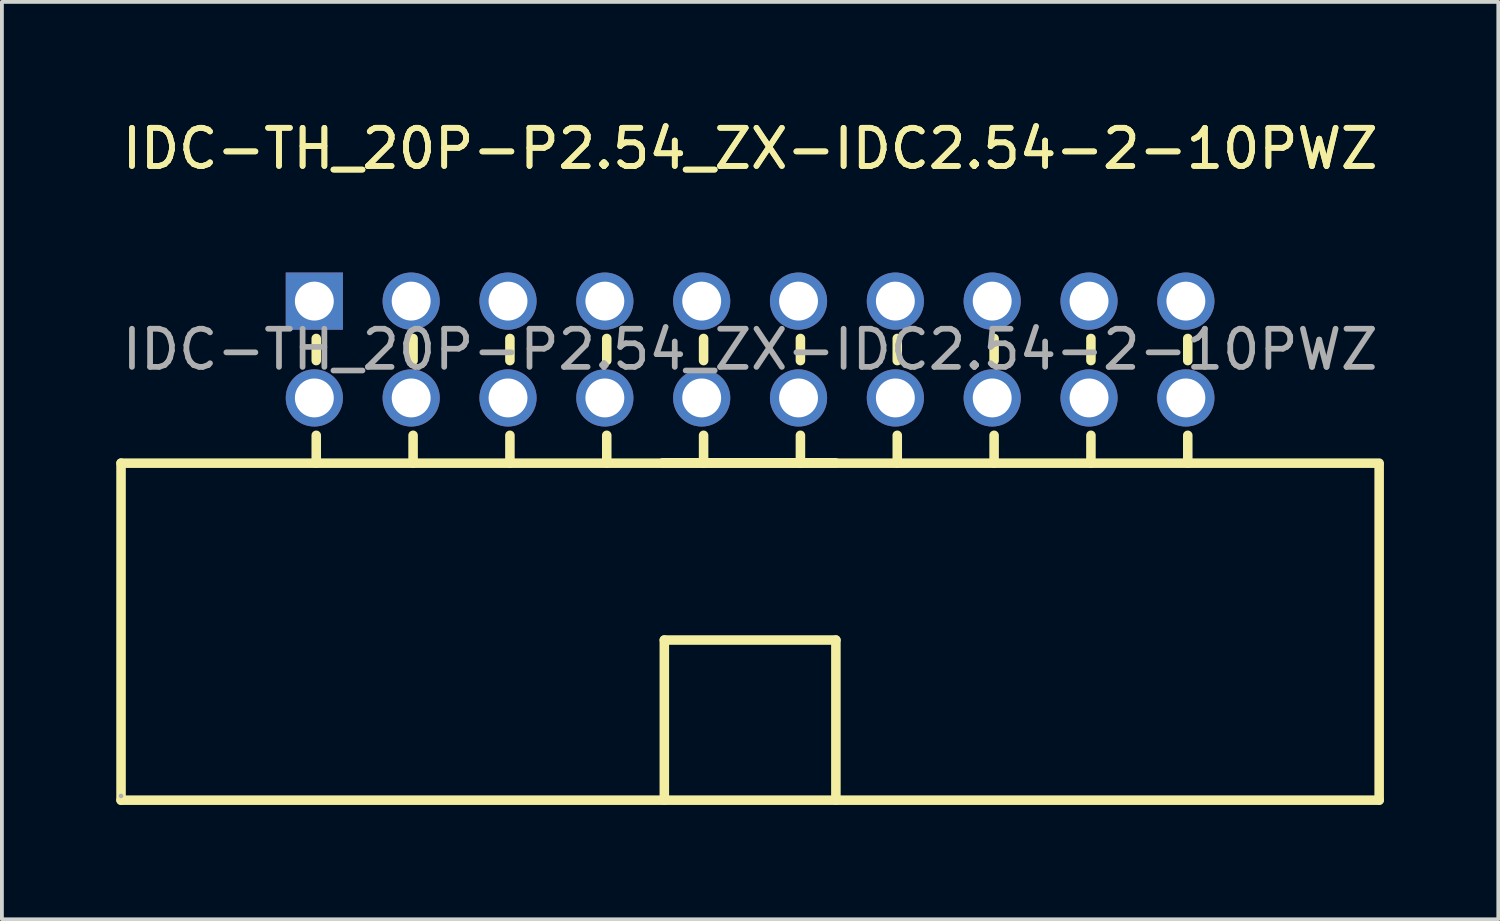
<source format=kicad_pcb>
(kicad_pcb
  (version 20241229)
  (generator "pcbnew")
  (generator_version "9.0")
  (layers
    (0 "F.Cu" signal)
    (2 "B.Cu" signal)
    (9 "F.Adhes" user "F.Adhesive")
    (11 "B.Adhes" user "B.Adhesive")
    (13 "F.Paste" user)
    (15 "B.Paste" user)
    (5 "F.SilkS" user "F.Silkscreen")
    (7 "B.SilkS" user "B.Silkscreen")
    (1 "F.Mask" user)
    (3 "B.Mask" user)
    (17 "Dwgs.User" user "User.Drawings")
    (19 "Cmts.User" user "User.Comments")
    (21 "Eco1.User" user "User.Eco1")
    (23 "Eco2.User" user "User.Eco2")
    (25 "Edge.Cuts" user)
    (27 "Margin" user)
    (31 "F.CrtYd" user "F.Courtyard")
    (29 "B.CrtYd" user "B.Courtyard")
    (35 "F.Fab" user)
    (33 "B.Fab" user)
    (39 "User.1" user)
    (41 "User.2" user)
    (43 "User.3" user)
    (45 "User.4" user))
  (footprint "IDC-TH_20P-P2.54_ZX-IDC2.54-2-10PWZ"
    (layer "F.Cu")
    (at 16.625 6.118)
    (property "Reference" "IDC-TH_20P-P2.54_ZX-IDC2.54-2-10PWZ" (at 0 -5.27 0) (layer "F.SilkS") (effects (font (size 1 1) (thickness 0.15))))
    (attr through_hole)
    (fp_line (start -16.5 2.98) (end 16.5 2.98) (stroke (width 0.25) (type solid)) (layer "F.SilkS"))
    (fp_line (start -16.5 11.82) (end -16.5 2.98) (stroke (width 0.25) (type solid)) (layer "F.SilkS"))
    (fp_line (start -11.38 -0.29) (end -11.38 0.29) (stroke (width 0.25) (type solid)) (layer "F.SilkS"))
    (fp_line (start -11.38 2.98) (end -11.38 2.25) (stroke (width 0.25) (type solid)) (layer "F.SilkS"))
    (fp_line (start -8.84 -0.29) (end -8.84 0.29) (stroke (width 0.25) (type solid)) (layer "F.SilkS"))
    (fp_line (start -8.84 2.98) (end -8.84 2.25) (stroke (width 0.25) (type solid)) (layer "F.SilkS"))
    (fp_line (start -6.3 -0.29) (end -6.3 0.29) (stroke (width 0.25) (type solid)) (layer "F.SilkS"))
    (fp_line (start -6.3 2.98) (end -6.3 2.25) (stroke (width 0.25) (type solid)) (layer "F.SilkS"))
    (fp_line (start -3.76 -0.29) (end -3.76 0.29) (stroke (width 0.25) (type solid)) (layer "F.SilkS"))
    (fp_line (start -3.76 2.98) (end -3.76 2.25) (stroke (width 0.25) (type solid)) (layer "F.SilkS"))
    (fp_line (start -2.29 2.97) (end 2.24 2.97) (stroke (width 0.25) (type solid)) (layer "F.SilkS"))
    (fp_line (start -2.25 7.62) (end -2.25 11.82) (stroke (width 0.25) (type solid)) (layer "F.SilkS"))
    (fp_line (start -2.25 7.62) (end 2.25 7.62) (stroke (width 0.25) (type solid)) (layer "F.SilkS"))
    (fp_line (start -1.22 -0.29) (end -1.22 0.29) (stroke (width 0.25) (type solid)) (layer "F.SilkS"))
    (fp_line (start -1.22 2.98) (end -1.22 2.25) (stroke (width 0.25) (type solid)) (layer "F.SilkS"))
    (fp_line (start 1.32 -0.29) (end 1.32 0.29) (stroke (width 0.25) (type solid)) (layer "F.SilkS"))
    (fp_line (start 1.32 2.98) (end 1.32 2.25) (stroke (width 0.25) (type solid)) (layer "F.SilkS"))
    (fp_line (start 2.25 7.62) (end 2.25 11.82) (stroke (width 0.25) (type solid)) (layer "F.SilkS"))
    (fp_line (start 3.86 -0.29) (end 3.86 0.29) (stroke (width 0.25) (type solid)) (layer "F.SilkS"))
    (fp_line (start 3.86 2.98) (end 3.86 2.25) (stroke (width 0.25) (type solid)) (layer "F.SilkS"))
    (fp_line (start 6.4 -0.29) (end 6.4 0.29) (stroke (width 0.25) (type solid)) (layer "F.SilkS"))
    (fp_line (start 6.4 2.98) (end 6.4 2.25) (stroke (width 0.25) (type solid)) (layer "F.SilkS"))
    (fp_line (start 8.94 -0.29) (end 8.94 0.29) (stroke (width 0.25) (type solid)) (layer "F.SilkS"))
    (fp_line (start 8.94 2.98) (end 8.94 2.25) (stroke (width 0.25) (type solid)) (layer "F.SilkS"))
    (fp_line (start 11.48 -0.29) (end 11.48 0.29) (stroke (width 0.25) (type solid)) (layer "F.SilkS"))
    (fp_line (start 11.48 2.98) (end 11.48 2.25) (stroke (width 0.25) (type solid)) (layer "F.SilkS"))
    (fp_line (start 16.5 3.02) (end 16.5 11.82) (stroke (width 0.25) (type solid)) (layer "F.SilkS"))
    (fp_line (start 16.5 11.82) (end -16.5 11.82) (stroke (width 0.25) (type solid)) (layer "F.SilkS"))
    (fp_circle (center -16.5 11.71) (end -16.47 11.71) (stroke (width 0.06) (type solid)) (fill no) (layer "F.Fab"))
    (fp_text user "${REFERENCE}" (at 0 -5.27 0) (layer "F.SilkS") (effects (font (size 1 1) (thickness 0.15))))
    (fp_text user "${REFERENCE}" (at 0 0 0) (layer "F.Fab") (effects (font (size 1 1) (thickness 0.15))))
    (pad "1" thru_hole rect (at -11.43 -1.27) (size 1.5 1.5) (drill 1.02) (layers "*.Cu" "*.Mask"))
    (pad "2" thru_hole circle (at -11.43 1.27) (size 1.5 1.5) (drill 1.02) (layers "*.Cu" "*.Mask"))
    (pad "3" thru_hole circle (at -8.89 -1.27) (size 1.5 1.5) (drill 1.02) (layers "*.Cu" "*.Mask"))
    (pad "4" thru_hole circle (at -8.89 1.27) (size 1.5 1.5) (drill 1.02) (layers "*.Cu" "*.Mask"))
    (pad "5" thru_hole circle (at -6.35 -1.27) (size 1.5 1.5) (drill 1.02) (layers "*.Cu" "*.Mask"))
    (pad "6" thru_hole circle (at -6.35 1.27) (size 1.5 1.5) (drill 1.02) (layers "*.Cu" "*.Mask"))
    (pad "7" thru_hole circle (at -3.81 -1.27) (size 1.5 1.5) (drill 1.02) (layers "*.Cu" "*.Mask"))
    (pad "8" thru_hole circle (at -3.81 1.27) (size 1.5 1.5) (drill 1.02) (layers "*.Cu" "*.Mask"))
    (pad "9" thru_hole circle (at -1.27 -1.27) (size 1.5 1.5) (drill 1.02) (layers "*.Cu" "*.Mask"))
    (pad "10" thru_hole circle (at -1.27 1.27) (size 1.5 1.5) (drill 1.02) (layers "*.Cu" "*.Mask"))
    (pad "11" thru_hole circle (at 1.27 -1.27) (size 1.5 1.5) (drill 1.02) (layers "*.Cu" "*.Mask"))
    (pad "12" thru_hole circle (at 1.27 1.27) (size 1.5 1.5) (drill 1.02) (layers "*.Cu" "*.Mask"))
    (pad "13" thru_hole circle (at 3.81 -1.27) (size 1.5 1.5) (drill 1.02) (layers "*.Cu" "*.Mask"))
    (pad "14" thru_hole circle (at 3.81 1.27) (size 1.5 1.5) (drill 1.02) (layers "*.Cu" "*.Mask"))
    (pad "15" thru_hole circle (at 6.35 -1.27) (size 1.5 1.5) (drill 1.02) (layers "*.Cu" "*.Mask"))
    (pad "16" thru_hole circle (at 6.35 1.27) (size 1.5 1.5) (drill 1.02) (layers "*.Cu" "*.Mask"))
    (pad "17" thru_hole circle (at 8.89 -1.27) (size 1.5 1.5) (drill 1.02) (layers "*.Cu" "*.Mask"))
    (pad "18" thru_hole circle (at 8.89 1.27) (size 1.5 1.5) (drill 1.02) (layers "*.Cu" "*.Mask"))
    (pad "19" thru_hole circle (at 11.43 -1.27) (size 1.5 1.5) (drill 1.02) (layers "*.Cu" "*.Mask"))
    (pad "20" thru_hole circle (at 11.43 1.27) (size 1.5 1.5) (drill 1.02) (layers "*.Cu" "*.Mask")))
  (gr_rect
    (start -3 -3)
    (end 36.25 21.063)
    (stroke (width 0.1) (type default))
    (fill no)
    (layer "Edge.Cuts")))
</source>
